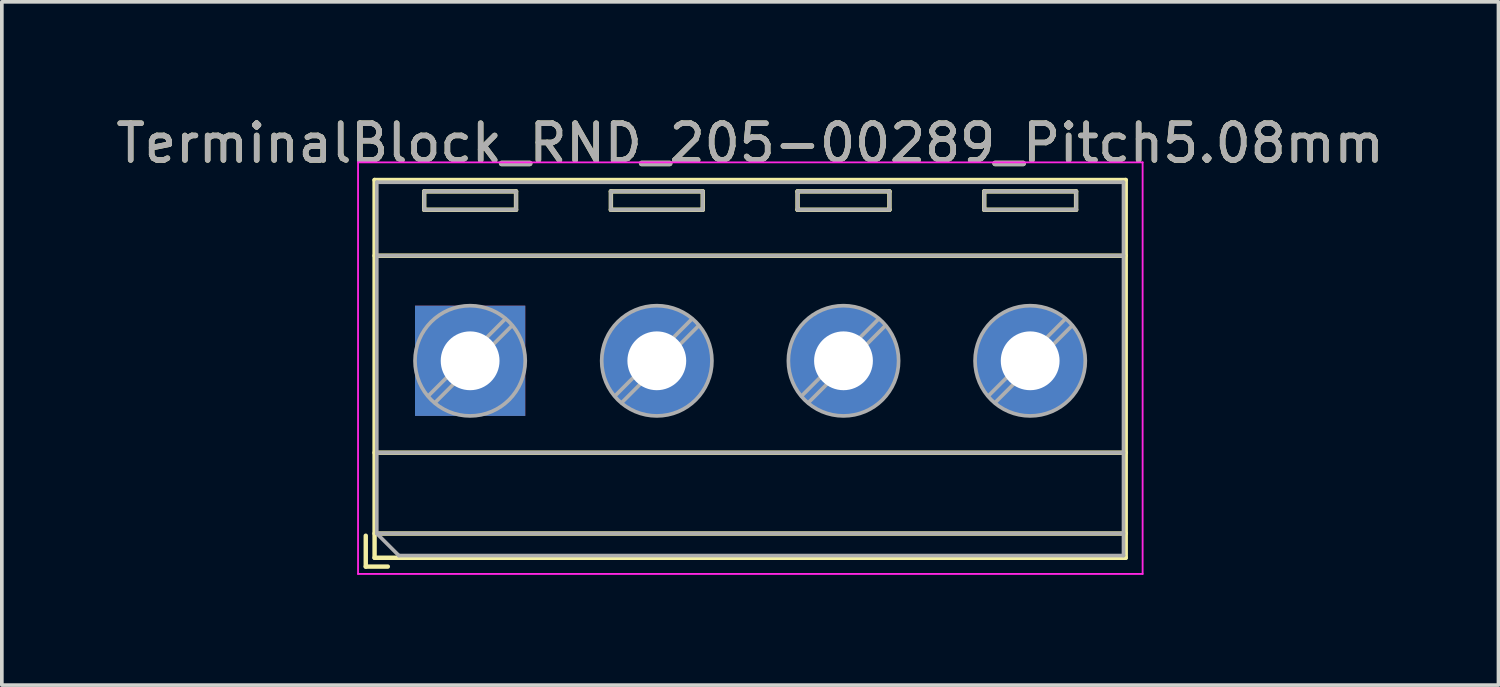
<source format=kicad_pcb>
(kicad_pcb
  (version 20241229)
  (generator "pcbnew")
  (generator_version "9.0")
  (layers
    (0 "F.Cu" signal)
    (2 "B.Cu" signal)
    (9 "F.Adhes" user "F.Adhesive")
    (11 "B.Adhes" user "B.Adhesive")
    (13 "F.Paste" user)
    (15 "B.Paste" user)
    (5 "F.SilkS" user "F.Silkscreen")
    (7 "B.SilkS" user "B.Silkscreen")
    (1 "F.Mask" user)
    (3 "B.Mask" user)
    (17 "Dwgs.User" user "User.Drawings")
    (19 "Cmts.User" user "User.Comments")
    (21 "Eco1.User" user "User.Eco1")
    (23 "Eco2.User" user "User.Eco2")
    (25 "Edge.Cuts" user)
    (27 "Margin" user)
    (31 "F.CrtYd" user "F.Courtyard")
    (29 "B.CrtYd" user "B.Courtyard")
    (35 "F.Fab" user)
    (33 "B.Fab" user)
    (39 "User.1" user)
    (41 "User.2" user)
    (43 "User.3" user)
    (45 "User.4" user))
  (footprint "TerminalBlock_RND_205-00289_Pitch5.08mm"
    (layer "F.Cu")
    (at 9.743 6.768)
    (property "Reference" "TerminalBlock_RND_205-00289_Pitch5.08mm" (at 7.62 -5.92 0) (layer "F.SilkS") (effects (font (size 1 1) (thickness 0.15))))
    (attr through_hole)
    (fp_line (start -2.84 4.76) (end -2.84 5.6) (stroke (width 0.12) (type solid)) (layer "F.SilkS"))
    (fp_line (start -2.84 5.6) (end -2.24 5.6) (stroke (width 0.12) (type solid)) (layer "F.SilkS"))
    (fp_line (start -2.6 -4.92) (end -2.6 5.36) (stroke (width 0.12) (type solid)) (layer "F.SilkS"))
    (fp_line (start -2.6 -2.86) (end 17.84 -2.86) (stroke (width 0.12) (type solid)) (layer "F.SilkS"))
    (fp_line (start -2.6 2.5) (end 17.84 2.5) (stroke (width 0.12) (type solid)) (layer "F.SilkS"))
    (fp_line (start -2.6 4.7) (end 17.84 4.7) (stroke (width 0.12) (type solid)) (layer "F.SilkS"))
    (fp_line (start -2.6 5.36) (end 17.84 5.36) (stroke (width 0.12) (type solid)) (layer "F.SilkS"))
    (fp_line (start -1.25 -4.61) (end -1.25 -4.11) (stroke (width 0.12) (type solid)) (layer "F.SilkS"))
    (fp_line (start -1.25 -4.61) (end 1.25 -4.61) (stroke (width 0.12) (type solid)) (layer "F.SilkS"))
    (fp_line (start -1.25 -4.11) (end 1.25 -4.11) (stroke (width 0.12) (type solid)) (layer "F.SilkS"))
    (fp_line (start 1.25 -4.61) (end 1.25 -4.11) (stroke (width 0.12) (type solid)) (layer "F.SilkS"))
    (fp_line (start 3.83 -4.61) (end 3.83 -4.11) (stroke (width 0.12) (type solid)) (layer "F.SilkS"))
    (fp_line (start 3.83 -4.61) (end 6.33 -4.61) (stroke (width 0.12) (type solid)) (layer "F.SilkS"))
    (fp_line (start 3.83 -4.11) (end 6.33 -4.11) (stroke (width 0.12) (type solid)) (layer "F.SilkS"))
    (fp_line (start 6.33 -4.61) (end 6.33 -4.11) (stroke (width 0.12) (type solid)) (layer "F.SilkS"))
    (fp_line (start 8.91 -4.61) (end 8.91 -4.11) (stroke (width 0.12) (type solid)) (layer "F.SilkS"))
    (fp_line (start 8.91 -4.61) (end 11.41 -4.61) (stroke (width 0.12) (type solid)) (layer "F.SilkS"))
    (fp_line (start 8.91 -4.11) (end 11.41 -4.11) (stroke (width 0.12) (type solid)) (layer "F.SilkS"))
    (fp_line (start 11.41 -4.61) (end 11.41 -4.11) (stroke (width 0.12) (type solid)) (layer "F.SilkS"))
    (fp_line (start 13.99 -4.61) (end 13.99 -4.11) (stroke (width 0.12) (type solid)) (layer "F.SilkS"))
    (fp_line (start 13.99 -4.61) (end 16.49 -4.61) (stroke (width 0.12) (type solid)) (layer "F.SilkS"))
    (fp_line (start 13.99 -4.11) (end 16.49 -4.11) (stroke (width 0.12) (type solid)) (layer "F.SilkS"))
    (fp_line (start 16.49 -4.61) (end 16.49 -4.11) (stroke (width 0.12) (type solid)) (layer "F.SilkS"))
    (fp_line (start 17.84 -4.92) (end -2.6 -4.92) (stroke (width 0.12) (type solid)) (layer "F.SilkS"))
    (fp_line (start 17.84 5.36) (end 17.84 -4.92) (stroke (width 0.12) (type solid)) (layer "F.SilkS"))
    (fp_line (start -3.05 -5.4) (end -3.05 5.8) (stroke (width 0.05) (type solid)) (layer "F.CrtYd"))
    (fp_line (start -3.05 5.8) (end 18.3 5.8) (stroke (width 0.05) (type solid)) (layer "F.CrtYd"))
    (fp_line (start 18.3 -5.4) (end -3.05 -5.4) (stroke (width 0.05) (type solid)) (layer "F.CrtYd"))
    (fp_line (start 18.3 5.8) (end 18.3 -5.4) (stroke (width 0.05) (type solid)) (layer "F.CrtYd"))
    (fp_line (start -2.54 -4.86) (end 17.78 -4.86) (stroke (width 0.1) (type solid)) (layer "F.Fab"))
    (fp_line (start -2.54 -2.86) (end 17.78 -2.86) (stroke (width 0.1) (type solid)) (layer "F.Fab"))
    (fp_line (start -2.54 2.5) (end 17.78 2.5) (stroke (width 0.1) (type solid)) (layer "F.Fab"))
    (fp_line (start -2.54 4.7) (end -2.54 -4.86) (stroke (width 0.1) (type solid)) (layer "F.Fab"))
    (fp_line (start -2.54 4.7) (end 17.78 4.7) (stroke (width 0.1) (type solid)) (layer "F.Fab"))
    (fp_line (start -1.94 5.3) (end -2.54 4.7) (stroke (width 0.1) (type solid)) (layer "F.Fab"))
    (fp_line (start -1.25 -4.61) (end -1.25 -4.11) (stroke (width 0.1) (type solid)) (layer "F.Fab"))
    (fp_line (start -1.25 -4.11) (end 1.25 -4.11) (stroke (width 0.1) (type solid)) (layer "F.Fab"))
    (fp_line (start 0.955 -1.138) (end -1.138 0.955) (stroke (width 0.1) (type solid)) (layer "F.Fab"))
    (fp_line (start 1.138 -0.955) (end -0.955 1.138) (stroke (width 0.1) (type solid)) (layer "F.Fab"))
    (fp_line (start 1.25 -4.61) (end -1.25 -4.61) (stroke (width 0.1) (type solid)) (layer "F.Fab"))
    (fp_line (start 1.25 -4.11) (end 1.25 -4.61) (stroke (width 0.1) (type solid)) (layer "F.Fab"))
    (fp_line (start 3.83 -4.61) (end 3.83 -4.11) (stroke (width 0.1) (type solid)) (layer "F.Fab"))
    (fp_line (start 3.83 -4.11) (end 6.33 -4.11) (stroke (width 0.1) (type solid)) (layer "F.Fab"))
    (fp_line (start 6.035 -1.138) (end 3.943 0.955) (stroke (width 0.1) (type solid)) (layer "F.Fab"))
    (fp_line (start 6.218 -0.955) (end 4.126 1.138) (stroke (width 0.1) (type solid)) (layer "F.Fab"))
    (fp_line (start 6.33 -4.61) (end 3.83 -4.61) (stroke (width 0.1) (type solid)) (layer "F.Fab"))
    (fp_line (start 6.33 -4.11) (end 6.33 -4.61) (stroke (width 0.1) (type solid)) (layer "F.Fab"))
    (fp_line (start 8.91 -4.61) (end 8.91 -4.11) (stroke (width 0.1) (type solid)) (layer "F.Fab"))
    (fp_line (start 8.91 -4.11) (end 11.41 -4.11) (stroke (width 0.1) (type solid)) (layer "F.Fab"))
    (fp_line (start 11.115 -1.138) (end 9.023 0.955) (stroke (width 0.1) (type solid)) (layer "F.Fab"))
    (fp_line (start 11.298 -0.955) (end 9.206 1.138) (stroke (width 0.1) (type solid)) (layer "F.Fab"))
    (fp_line (start 11.41 -4.61) (end 8.91 -4.61) (stroke (width 0.1) (type solid)) (layer "F.Fab"))
    (fp_line (start 11.41 -4.11) (end 11.41 -4.61) (stroke (width 0.1) (type solid)) (layer "F.Fab"))
    (fp_line (start 13.99 -4.61) (end 13.99 -4.11) (stroke (width 0.1) (type solid)) (layer "F.Fab"))
    (fp_line (start 13.99 -4.11) (end 16.49 -4.11) (stroke (width 0.1) (type solid)) (layer "F.Fab"))
    (fp_line (start 16.195 -1.138) (end 14.103 0.955) (stroke (width 0.1) (type solid)) (layer "F.Fab"))
    (fp_line (start 16.378 -0.955) (end 14.286 1.138) (stroke (width 0.1) (type solid)) (layer "F.Fab"))
    (fp_line (start 16.49 -4.61) (end 13.99 -4.61) (stroke (width 0.1) (type solid)) (layer "F.Fab"))
    (fp_line (start 16.49 -4.11) (end 16.49 -4.61) (stroke (width 0.1) (type solid)) (layer "F.Fab"))
    (fp_line (start 17.78 -4.86) (end 17.78 5.3) (stroke (width 0.1) (type solid)) (layer "F.Fab"))
    (fp_line (start 17.78 5.3) (end -1.94 5.3) (stroke (width 0.1) (type solid)) (layer "F.Fab"))
    (fp_circle (center 0 0) (end 1.5 0) (stroke (width 0.1) (type solid)) (fill no) (layer "F.Fab"))
    (fp_circle (center 5.08 0) (end 6.58 0) (stroke (width 0.1) (type solid)) (fill no) (layer "F.Fab"))
    (fp_circle (center 10.16 0) (end 11.66 0) (stroke (width 0.1) (type solid)) (fill no) (layer "F.Fab"))
    (fp_circle (center 15.24 0) (end 16.74 0) (stroke (width 0.1) (type solid)) (fill no) (layer "F.Fab"))
    (fp_text user "${REFERENCE}" (at 7.62 -5.92 0) (layer "F.Fab") (effects (font (size 1 1) (thickness 0.15))))
    (pad "1" thru_hole rect (at 0 0) (size 3 3) (drill 1.6) (layers "*.Cu" "*.Mask"))
    (pad "2" thru_hole circle (at 5.08 0) (size 3 3) (drill 1.6) (layers "*.Cu" "*.Mask"))
    (pad "3" thru_hole circle (at 10.16 0) (size 3 3) (drill 1.6) (layers "*.Cu" "*.Mask"))
    (pad "4" thru_hole circle (at 15.24 0) (size 3 3) (drill 1.6) (layers "*.Cu" "*.Mask")))
  (gr_rect
    (start -3 -3)
    (end 37.726 15.593)
    (stroke (width 0.1) (type default))
    (fill no)
    (layer "Edge.Cuts")))
</source>
